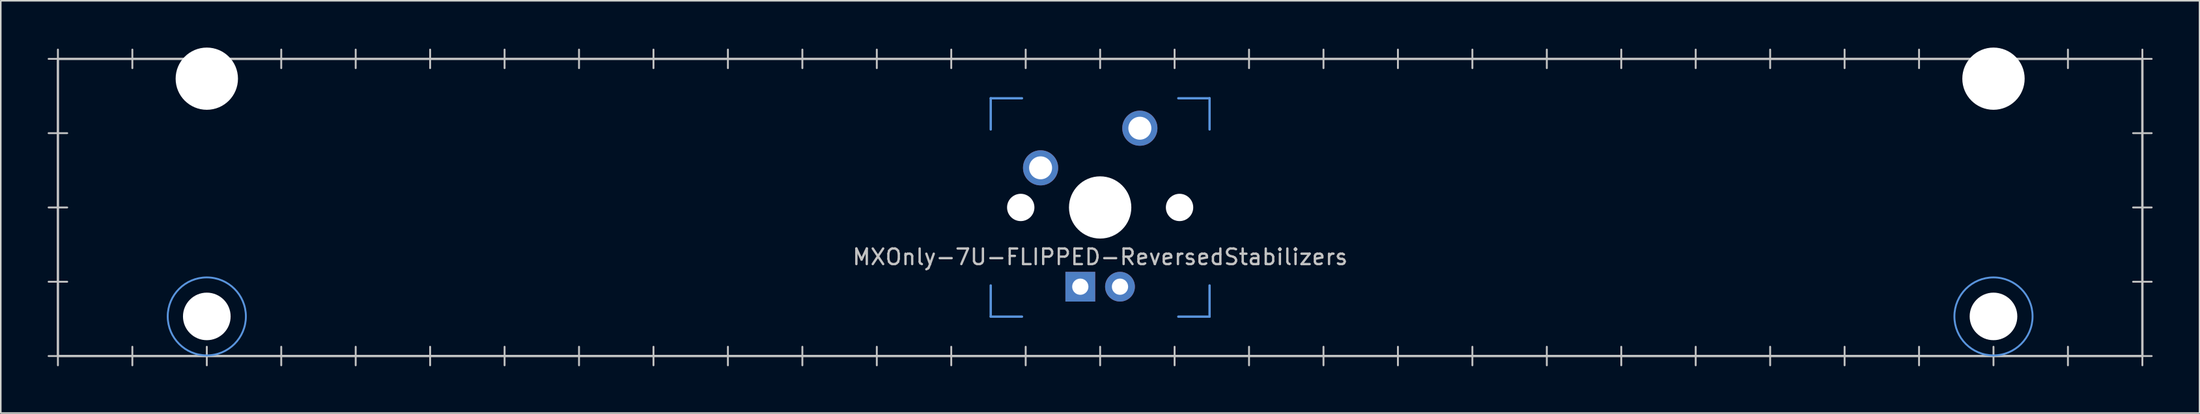
<source format=kicad_pcb>
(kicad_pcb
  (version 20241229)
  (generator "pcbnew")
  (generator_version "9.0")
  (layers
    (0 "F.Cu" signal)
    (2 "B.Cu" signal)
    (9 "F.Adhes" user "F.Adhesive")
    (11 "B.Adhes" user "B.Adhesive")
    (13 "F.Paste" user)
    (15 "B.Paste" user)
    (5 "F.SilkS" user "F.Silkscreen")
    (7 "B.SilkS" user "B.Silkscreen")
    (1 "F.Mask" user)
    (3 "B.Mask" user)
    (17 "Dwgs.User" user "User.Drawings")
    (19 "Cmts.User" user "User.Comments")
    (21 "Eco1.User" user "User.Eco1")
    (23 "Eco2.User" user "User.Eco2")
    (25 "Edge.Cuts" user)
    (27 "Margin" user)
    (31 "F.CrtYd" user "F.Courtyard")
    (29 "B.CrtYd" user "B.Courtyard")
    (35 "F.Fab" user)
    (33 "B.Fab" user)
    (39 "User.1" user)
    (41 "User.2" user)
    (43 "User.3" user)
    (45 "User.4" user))
  (footprint "MXOnly-7U-FLIPPED-ReversedStabilizers"
    (layer "F.Cu")
    (at 67.33 10.249)
    (property "Reference" "MXOnly-7U-FLIPPED-ReversedStabilizers" (at 0 3.175 0) (layer "Dwgs.User") (effects (font (size 1 1) (thickness 0.15))))
    (attr through_hole)
    (fp_line (start -67.27 -9.525) (end -66.675 -9.525) (stroke (width 0.12) (type solid)) (layer "Dwgs.User"))
    (fp_line (start -67.27 -0.000008) (end -66.08 -0.000008) (stroke (width 0.12) (type solid)) (layer "Dwgs.User"))
    (fp_line (start -67.27 4.762) (end -66.08 4.762) (stroke (width 0.12) (type solid)) (layer "Dwgs.User"))
    (fp_line (start -67.27 9.525) (end -66.675 9.525) (stroke (width 0.12) (type solid)) (layer "Dwgs.User"))
    (fp_line (start -66.675 10.12) (end -66.675 9.525) (stroke (width 0.12) (type solid)) (layer "Dwgs.User"))
    (fp_line (start -66.675 -10.12) (end -66.675 -9.525) (stroke (width 0.12) (type solid)) (layer "Dwgs.User"))
    (fp_line (start -66.675 -9.525) (end 66.675 -9.525) (stroke (width 0.15) (type solid)) (layer "Dwgs.User"))
    (fp_line (start -66.675 9.525) (end -66.675 -9.525) (stroke (width 0.15) (type solid)) (layer "Dwgs.User"))
    (fp_line (start -66.675 9.525) (end 66.675 9.525) (stroke (width 0.15) (type solid)) (layer "Dwgs.User"))
    (fp_line (start -66.08 -4.763) (end -67.27 -4.763) (stroke (width 0.12) (type solid)) (layer "Dwgs.User"))
    (fp_line (start -61.913 8.93) (end -61.913 10.12) (stroke (width 0.12) (type solid)) (layer "Dwgs.User"))
    (fp_line (start -61.913 -10.12) (end -61.913 -8.93) (stroke (width 0.12) (type solid)) (layer "Dwgs.User"))
    (fp_line (start -57.15 8.93) (end -57.15 10.12) (stroke (width 0.12) (type solid)) (layer "Dwgs.User"))
    (fp_line (start -57.15 -10.12) (end -57.15 -8.93) (stroke (width 0.12) (type solid)) (layer "Dwgs.User"))
    (fp_line (start -52.388 10.12) (end -52.388 8.93) (stroke (width 0.12) (type solid)) (layer "Dwgs.User"))
    (fp_line (start -52.388 -8.93) (end -52.388 -10.12) (stroke (width 0.12) (type solid)) (layer "Dwgs.User"))
    (fp_line (start -47.625 8.93) (end -47.625 10.12) (stroke (width 0.12) (type solid)) (layer "Dwgs.User"))
    (fp_line (start -47.625 -10.12) (end -47.625 -8.93) (stroke (width 0.12) (type solid)) (layer "Dwgs.User"))
    (fp_line (start -42.863 10.12) (end -42.863 8.93) (stroke (width 0.12) (type solid)) (layer "Dwgs.User"))
    (fp_line (start -42.863 -8.93) (end -42.863 -10.12) (stroke (width 0.12) (type solid)) (layer "Dwgs.User"))
    (fp_line (start -38.1 8.93) (end -38.1 10.12) (stroke (width 0.12) (type solid)) (layer "Dwgs.User"))
    (fp_line (start -38.1 -10.12) (end -38.1 -8.93) (stroke (width 0.12) (type solid)) (layer "Dwgs.User"))
    (fp_line (start -33.338 10.12) (end -33.338 8.93) (stroke (width 0.12) (type solid)) (layer "Dwgs.User"))
    (fp_line (start -33.338 -8.93) (end -33.338 -10.12) (stroke (width 0.12) (type solid)) (layer "Dwgs.User"))
    (fp_line (start -28.575 8.93) (end -28.575 10.12) (stroke (width 0.12) (type solid)) (layer "Dwgs.User"))
    (fp_line (start -28.575 -10.12) (end -28.575 -8.93) (stroke (width 0.12) (type solid)) (layer "Dwgs.User"))
    (fp_line (start -23.813 10.12) (end -23.813 8.93) (stroke (width 0.12) (type solid)) (layer "Dwgs.User"))
    (fp_line (start -23.813 -8.93) (end -23.813 -10.12) (stroke (width 0.12) (type solid)) (layer "Dwgs.User"))
    (fp_line (start -19.05 8.93) (end -19.05 10.12) (stroke (width 0.12) (type solid)) (layer "Dwgs.User"))
    (fp_line (start -19.05 -10.12) (end -19.05 -8.93) (stroke (width 0.12) (type solid)) (layer "Dwgs.User"))
    (fp_line (start -14.288 10.12) (end -14.288 8.93) (stroke (width 0.12) (type solid)) (layer "Dwgs.User"))
    (fp_line (start -14.288 -8.93) (end -14.288 -10.12) (stroke (width 0.12) (type solid)) (layer "Dwgs.User"))
    (fp_line (start -9.525 -8.93) (end -9.525 -10.12) (stroke (width 0.12) (type solid)) (layer "Dwgs.User"))
    (fp_line (start -9.525 10.12) (end -9.525 8.93) (stroke (width 0.12) (type solid)) (layer "Dwgs.User"))
    (fp_line (start -4.763 -10.12) (end -4.763 -8.93) (stroke (width 0.12) (type solid)) (layer "Dwgs.User"))
    (fp_line (start -4.763 8.93) (end -4.763 10.12) (stroke (width 0.12) (type solid)) (layer "Dwgs.User"))
    (fp_line (start 0 -8.93) (end 0 -10.12) (stroke (width 0.12) (type solid)) (layer "Dwgs.User"))
    (fp_line (start 0 10.12) (end 0 8.93) (stroke (width 0.12) (type solid)) (layer "Dwgs.User"))
    (fp_line (start 4.763 -10.12) (end 4.763 -8.93) (stroke (width 0.12) (type solid)) (layer "Dwgs.User"))
    (fp_line (start 4.763 8.93) (end 4.763 10.12) (stroke (width 0.12) (type solid)) (layer "Dwgs.User"))
    (fp_line (start 9.525 -8.93) (end 9.525 -10.12) (stroke (width 0.12) (type solid)) (layer "Dwgs.User"))
    (fp_line (start 9.525 10.12) (end 9.525 8.93) (stroke (width 0.12) (type solid)) (layer "Dwgs.User"))
    (fp_line (start 14.288 -10.12) (end 14.288 -8.93) (stroke (width 0.12) (type solid)) (layer "Dwgs.User"))
    (fp_line (start 14.288 8.93) (end 14.288 10.12) (stroke (width 0.12) (type solid)) (layer "Dwgs.User"))
    (fp_line (start 19.05 -8.93) (end 19.05 -10.12) (stroke (width 0.12) (type solid)) (layer "Dwgs.User"))
    (fp_line (start 19.05 10.12) (end 19.05 8.93) (stroke (width 0.12) (type solid)) (layer "Dwgs.User"))
    (fp_line (start 23.813 -10.12) (end 23.813 -8.93) (stroke (width 0.12) (type solid)) (layer "Dwgs.User"))
    (fp_line (start 23.813 8.93) (end 23.813 10.12) (stroke (width 0.12) (type solid)) (layer "Dwgs.User"))
    (fp_line (start 28.575 -8.93) (end 28.575 -10.12) (stroke (width 0.12) (type solid)) (layer "Dwgs.User"))
    (fp_line (start 28.575 10.12) (end 28.575 8.93) (stroke (width 0.12) (type solid)) (layer "Dwgs.User"))
    (fp_line (start 33.338 -10.12) (end 33.338 -8.93) (stroke (width 0.12) (type solid)) (layer "Dwgs.User"))
    (fp_line (start 33.338 8.93) (end 33.338 10.12) (stroke (width 0.12) (type solid)) (layer "Dwgs.User"))
    (fp_line (start 38.1 -8.93) (end 38.1 -10.12) (stroke (width 0.12) (type solid)) (layer "Dwgs.User"))
    (fp_line (start 38.1 10.12) (end 38.1 8.93) (stroke (width 0.12) (type solid)) (layer "Dwgs.User"))
    (fp_line (start 42.863 -10.12) (end 42.863 -8.93) (stroke (width 0.12) (type solid)) (layer "Dwgs.User"))
    (fp_line (start 42.863 8.93) (end 42.863 10.12) (stroke (width 0.12) (type solid)) (layer "Dwgs.User"))
    (fp_line (start 47.625 -8.93) (end 47.625 -10.12) (stroke (width 0.12) (type solid)) (layer "Dwgs.User"))
    (fp_line (start 47.625 10.12) (end 47.625 8.93) (stroke (width 0.12) (type solid)) (layer "Dwgs.User"))
    (fp_line (start 52.388 -10.12) (end 52.388 -8.93) (stroke (width 0.12) (type solid)) (layer "Dwgs.User"))
    (fp_line (start 52.388 8.93) (end 52.388 10.12) (stroke (width 0.12) (type solid)) (layer "Dwgs.User"))
    (fp_line (start 57.15 -8.93) (end 57.15 -10.12) (stroke (width 0.12) (type solid)) (layer "Dwgs.User"))
    (fp_line (start 57.15 10.12) (end 57.15 8.93) (stroke (width 0.12) (type solid)) (layer "Dwgs.User"))
    (fp_line (start 61.913 -10.12) (end 61.913 -8.93) (stroke (width 0.12) (type solid)) (layer "Dwgs.User"))
    (fp_line (start 61.913 8.93) (end 61.913 10.12) (stroke (width 0.12) (type solid)) (layer "Dwgs.User"))
    (fp_line (start 66.08 4.763) (end 67.27 4.763) (stroke (width 0.12) (type solid)) (layer "Dwgs.User"))
    (fp_line (start 66.675 -9.525) (end 66.675 9.525) (stroke (width 0.15) (type solid)) (layer "Dwgs.User"))
    (fp_line (start 66.675 10.12) (end 66.675 9.525) (stroke (width 0.12) (type solid)) (layer "Dwgs.User"))
    (fp_line (start 66.675 -10.12) (end 66.675 -9.525) (stroke (width 0.12) (type solid)) (layer "Dwgs.User"))
    (fp_line (start 67.27 -9.525) (end 66.675 -9.525) (stroke (width 0.12) (type solid)) (layer "Dwgs.User"))
    (fp_line (start 67.27 -4.763) (end 66.08 -4.763) (stroke (width 0.12) (type solid)) (layer "Dwgs.User"))
    (fp_line (start 67.27 0) (end 66.08 0) (stroke (width 0.12) (type solid)) (layer "Dwgs.User"))
    (fp_line (start 67.27 9.525) (end 66.675 9.525) (stroke (width 0.12) (type solid)) (layer "Dwgs.User"))
    (fp_line (start -7 -7) (end -7 -5) (stroke (width 0.15) (type solid)) (layer "Cmts.User"))
    (fp_line (start -7 7) (end -7 5) (stroke (width 0.15) (type solid)) (layer "Cmts.User"))
    (fp_line (start -5 -7) (end -7 -7) (stroke (width 0.15) (type solid)) (layer "Cmts.User"))
    (fp_line (start -5 7) (end -7 7) (stroke (width 0.15) (type solid)) (layer "Cmts.User"))
    (fp_line (start 5 -7) (end 7 -7) (stroke (width 0.15) (type solid)) (layer "Cmts.User"))
    (fp_line (start 7 -7) (end 7 -5) (stroke (width 0.15) (type solid)) (layer "Cmts.User"))
    (fp_line (start 7 5) (end 7 7) (stroke (width 0.15) (type solid)) (layer "Cmts.User"))
    (fp_line (start 7 7) (end 5 7) (stroke (width 0.15) (type solid)) (layer "Cmts.User"))
    (fp_circle (center -57.15 6.985) (end -59.65 6.985) (stroke (width 0.12) (type solid)) (fill no) (layer "Cmts.User"))
    (fp_circle (center 57.15 6.985) (end 54.65 6.985) (stroke (width 0.12) (type solid)) (fill no) (layer "Cmts.User"))
    (pad "" np_thru_hole circle (at -57.15 -8.255) (size 3.988 3.988) (drill 3.988) (layers "*.Cu" "*.Mask"))
    (pad "" np_thru_hole circle (at -57.15 6.985) (size 3.048 3.048) (drill 3.048) (layers "*.Cu" "*.Mask"))
    (pad "" np_thru_hole circle (at -5.08 0 48.1) (size 1.75 1.75) (drill 1.75) (layers "*.Cu" "*.Mask"))
    (pad "" np_thru_hole circle (at 0 0) (size 3.988 3.988) (drill 3.988) (layers "*.Cu" "*.Mask"))
    (pad "" np_thru_hole circle (at 5.08 0 48.1) (size 1.75 1.75) (drill 1.75) (layers "*.Cu" "*.Mask"))
    (pad "" np_thru_hole circle (at 57.15 -8.255) (size 3.988 3.988) (drill 3.988) (layers "*.Cu" "*.Mask"))
    (pad "" np_thru_hole circle (at 57.15 6.985) (size 3.048 3.048) (drill 3.048) (layers "*.Cu" "*.Mask"))
    (pad "1" thru_hole circle (at -3.81 -2.54) (size 2.25 2.25) (drill 1.47) (layers "*.Cu" "B.Mask"))
    (pad "2" thru_hole circle (at 2.54 -5.08) (size 2.25 2.25) (drill 1.47) (layers "*.Cu" "B.Mask"))
    (pad "3" thru_hole circle (at 1.27 5.08) (size 1.905 1.905) (drill 1.04) (layers "*.Cu" "B.Mask"))
    (pad "4" thru_hole rect (at -1.27 5.08) (size 1.905 1.905) (drill 1.04) (layers "*.Cu" "B.Mask")))
  (gr_rect
    (start -3 -3)
    (end 137.661 23.429)
    (stroke (width 0.1) (type default))
    (fill no)
    (layer "Edge.Cuts")))
</source>
